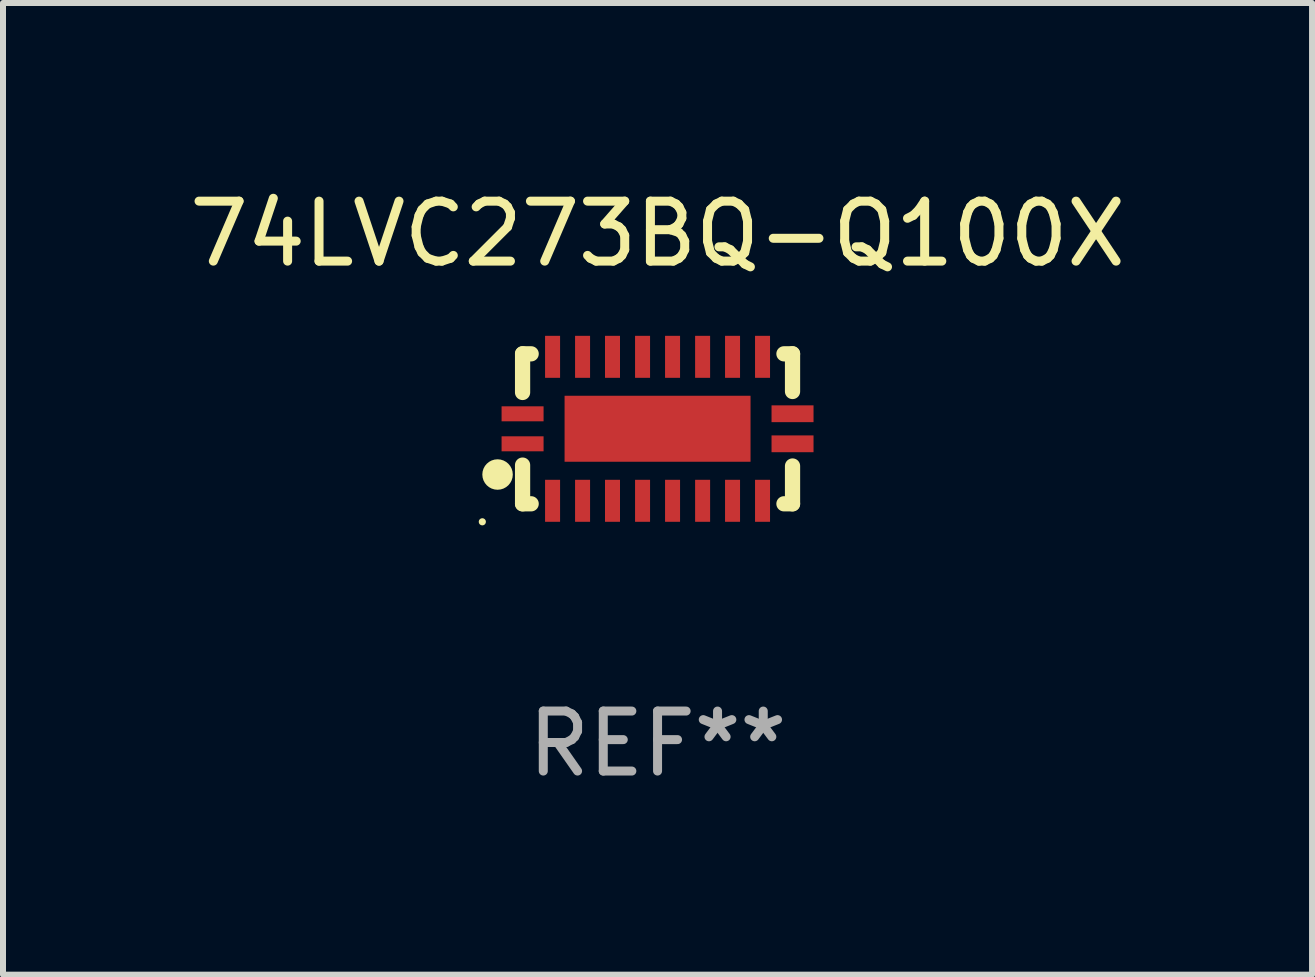
<source format=kicad_pcb>
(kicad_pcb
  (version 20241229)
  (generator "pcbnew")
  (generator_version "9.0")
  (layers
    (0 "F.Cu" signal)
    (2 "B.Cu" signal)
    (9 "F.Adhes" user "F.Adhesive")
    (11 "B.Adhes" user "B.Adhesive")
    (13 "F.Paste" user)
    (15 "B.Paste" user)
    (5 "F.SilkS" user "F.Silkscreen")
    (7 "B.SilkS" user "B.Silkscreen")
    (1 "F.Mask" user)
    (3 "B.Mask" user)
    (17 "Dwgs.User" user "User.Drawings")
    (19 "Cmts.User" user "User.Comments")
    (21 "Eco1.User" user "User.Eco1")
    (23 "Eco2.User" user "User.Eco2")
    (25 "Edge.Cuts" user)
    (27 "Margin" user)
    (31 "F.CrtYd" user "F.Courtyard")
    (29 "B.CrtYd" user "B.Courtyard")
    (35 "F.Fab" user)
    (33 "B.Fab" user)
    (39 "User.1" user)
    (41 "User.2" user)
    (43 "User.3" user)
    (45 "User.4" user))
  (footprint "74LVC273BQ-Q100X"
    (layer "F.Cu")
    (at 7.911 4.098)
    (property "Reference" "74LVC273BQ-Q100X" (at 0 -3.25 0) (layer "F.SilkS") (effects (font (size 1 1) (thickness 0.15))))
    (attr through_hole)
    (fp_line (start -2.25 0.605) (end -2.25 1.25) (stroke (width 0.254) (type solid)) (layer "F.SilkS"))
    (fp_line (start -2.25 1.25) (end -2.107 1.25) (stroke (width 0.254) (type solid)) (layer "F.SilkS"))
    (fp_line (start -2.25 -1.25) (end -2.25 -0.606) (stroke (width 0.254) (type solid)) (layer "F.SilkS"))
    (fp_line (start -2.25 -1.25) (end -2.107 -1.25) (stroke (width 0.254) (type solid)) (layer "F.SilkS"))
    (fp_line (start 2.107 -1.25) (end 2.25 -1.25) (stroke (width 0.254) (type solid)) (layer "F.SilkS"))
    (fp_line (start 2.107 1.25) (end 2.25 1.25) (stroke (width 0.254) (type solid)) (layer "F.SilkS"))
    (fp_line (start 2.25 -1.25) (end 2.25 -0.622) (stroke (width 0.254) (type solid)) (layer "F.SilkS"))
    (fp_line (start 2.25 0.62) (end 2.25 1.25) (stroke (width 0.254) (type solid)) (layer "F.SilkS"))
    (fp_circle (center -2.921 1.55) (end -2.891 1.55) (stroke (width 0.06) (type solid)) (fill no) (layer "F.SilkS"))
    (fp_circle (center -2.667 0.762) (end -2.54 0.762) (stroke (width 0.254) (type solid)) (fill no) (layer "F.SilkS"))
    (fp_text user "REF**" (at 0 5.25 0) (layer "F.Fab") (effects (font (size 1 1) (thickness 0.15))))
    (pad "1" smd rect (at -2.25 0.25 180) (size 0.7 0.25) (layers "F.Cu" "F.Mask" "F.Paste"))
    (pad "2" smd rect (at -1.75 1.2 90) (size 0.7 0.25) (layers "F.Cu" "F.Mask" "F.Paste"))
    (pad "3" smd rect (at -1.25 1.2 90) (size 0.7 0.25) (layers "F.Cu" "F.Mask" "F.Paste"))
    (pad "4" smd rect (at -0.751 1.2 90) (size 0.7 0.25) (layers "F.Cu" "F.Mask" "F.Paste"))
    (pad "5" smd rect (at -0.25 1.2 90) (size 0.7 0.25) (layers "F.Cu" "F.Mask" "F.Paste"))
    (pad "6" smd rect (at 0.25 1.2 90) (size 0.7 0.25) (layers "F.Cu" "F.Mask" "F.Paste"))
    (pad "7" smd rect (at 0.751 1.2 90) (size 0.7 0.25) (layers "F.Cu" "F.Mask" "F.Paste"))
    (pad "8" smd rect (at 1.25 1.2 90) (size 0.7 0.25) (layers "F.Cu" "F.Mask" "F.Paste"))
    (pad "9" smd rect (at 1.75 1.2 90) (size 0.7 0.25) (layers "F.Cu" "F.Mask" "F.Paste"))
    (pad "10" smd rect (at 2.25 0.25 180) (size 0.7 0.28) (layers "F.Cu" "F.Mask" "F.Paste"))
    (pad "11" smd rect (at 2.25 -0.251 180) (size 0.7 0.28) (layers "F.Cu" "F.Mask" "F.Paste"))
    (pad "12" smd rect (at 1.75 -1.2 90) (size 0.7 0.25) (layers "F.Cu" "F.Mask" "F.Paste"))
    (pad "13" smd rect (at 1.25 -1.2 90) (size 0.7 0.25) (layers "F.Cu" "F.Mask" "F.Paste"))
    (pad "14" smd rect (at 0.751 -1.2 90) (size 0.7 0.25) (layers "F.Cu" "F.Mask" "F.Paste"))
    (pad "15" smd rect (at 0.25 -1.2 90) (size 0.7 0.25) (layers "F.Cu" "F.Mask" "F.Paste"))
    (pad "16" smd rect (at -0.25 -1.2 90) (size 0.7 0.25) (layers "F.Cu" "F.Mask" "F.Paste"))
    (pad "17" smd rect (at -0.751 -1.2 90) (size 0.7 0.25) (layers "F.Cu" "F.Mask" "F.Paste"))
    (pad "18" smd rect (at -1.25 -1.2 90) (size 0.7 0.25) (layers "F.Cu" "F.Mask" "F.Paste"))
    (pad "19" smd rect (at -1.75 -1.2 90) (size 0.7 0.25) (layers "F.Cu" "F.Mask" "F.Paste"))
    (pad "20" smd rect (at -2.25 -0.25 180) (size 0.7 0.25) (layers "F.Cu" "F.Mask" "F.Paste"))
    (pad "21" smd rect (at 0 -0.001 180) (size 3.1 1.1) (layers "F.Cu" "F.Mask" "F.Paste")))
  (gr_rect
    (start -3 -3)
    (end 18.821 13.197)
    (stroke (width 0.1) (type default))
    (fill no)
    (layer "Edge.Cuts")))
</source>
